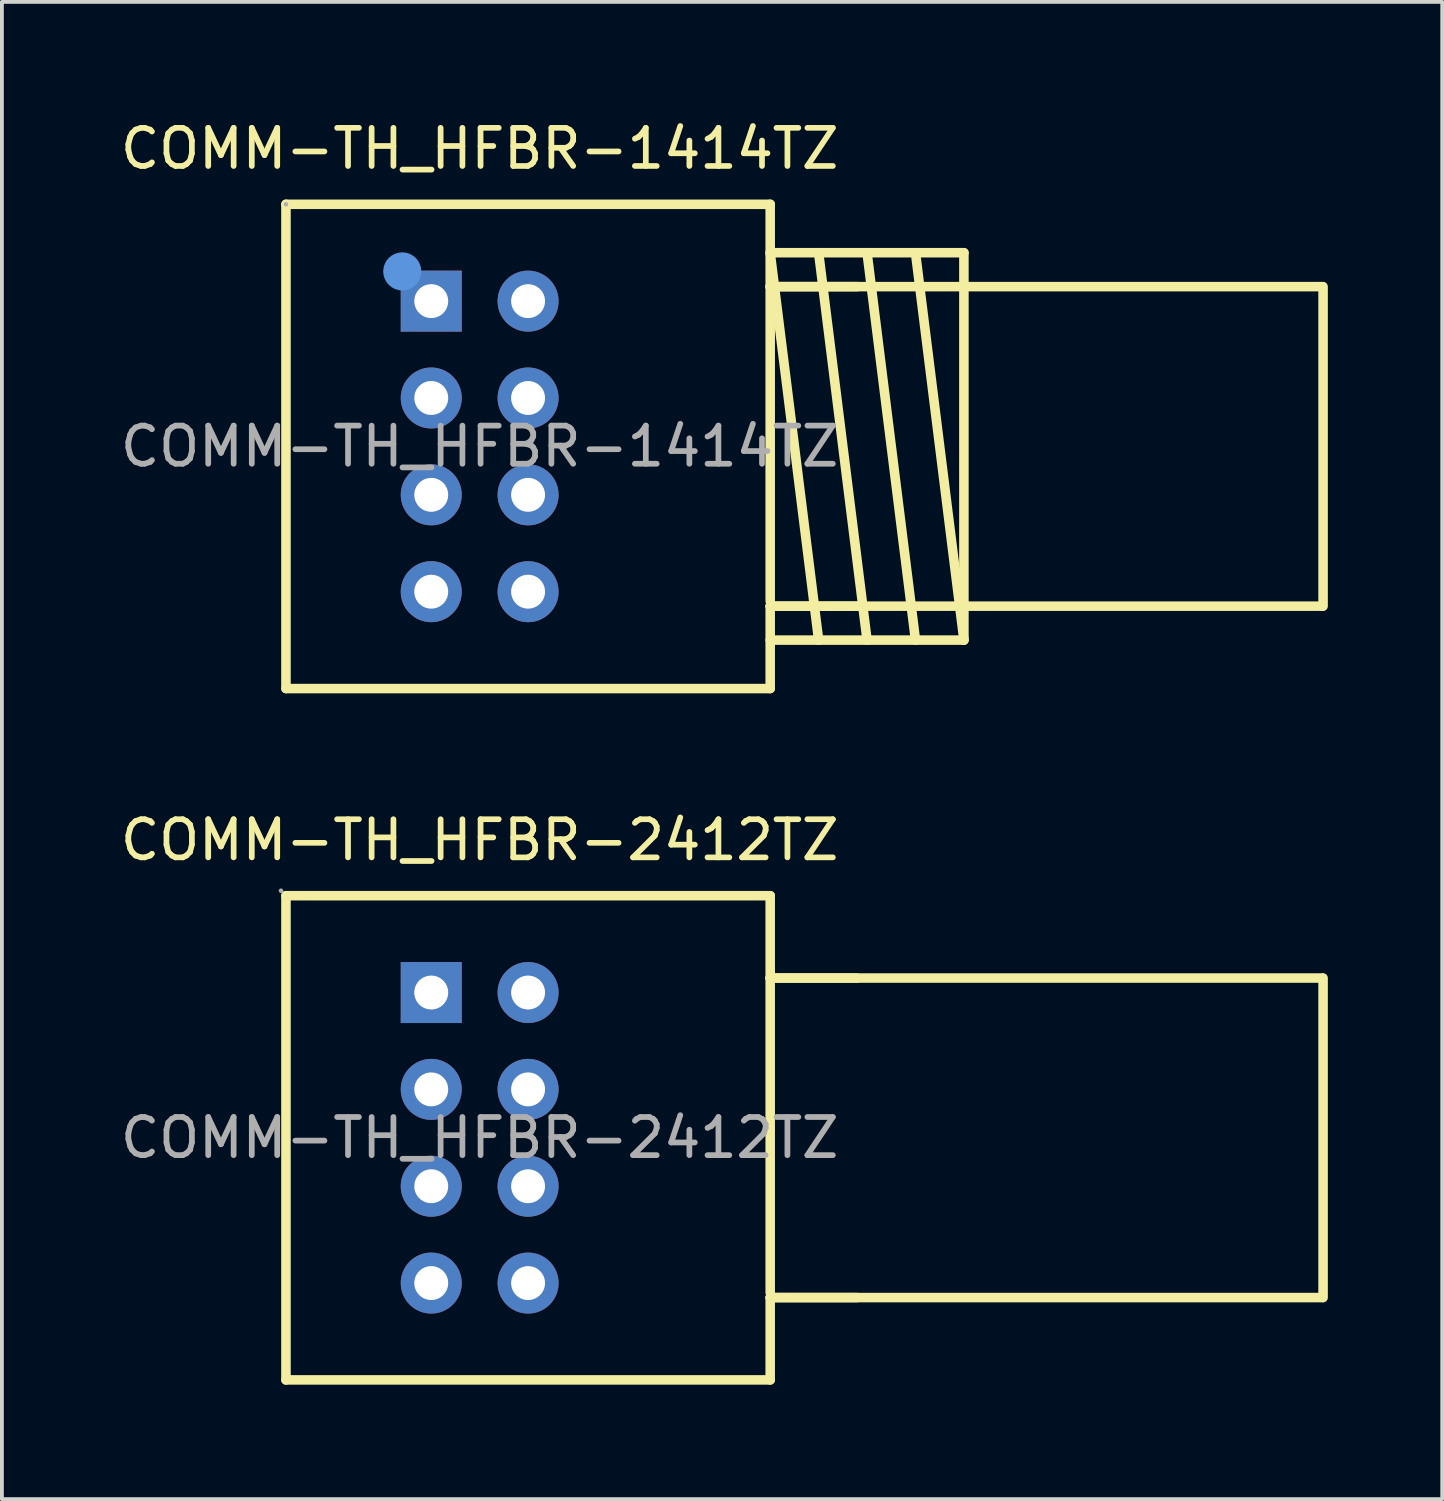
<source format=kicad_pcb>
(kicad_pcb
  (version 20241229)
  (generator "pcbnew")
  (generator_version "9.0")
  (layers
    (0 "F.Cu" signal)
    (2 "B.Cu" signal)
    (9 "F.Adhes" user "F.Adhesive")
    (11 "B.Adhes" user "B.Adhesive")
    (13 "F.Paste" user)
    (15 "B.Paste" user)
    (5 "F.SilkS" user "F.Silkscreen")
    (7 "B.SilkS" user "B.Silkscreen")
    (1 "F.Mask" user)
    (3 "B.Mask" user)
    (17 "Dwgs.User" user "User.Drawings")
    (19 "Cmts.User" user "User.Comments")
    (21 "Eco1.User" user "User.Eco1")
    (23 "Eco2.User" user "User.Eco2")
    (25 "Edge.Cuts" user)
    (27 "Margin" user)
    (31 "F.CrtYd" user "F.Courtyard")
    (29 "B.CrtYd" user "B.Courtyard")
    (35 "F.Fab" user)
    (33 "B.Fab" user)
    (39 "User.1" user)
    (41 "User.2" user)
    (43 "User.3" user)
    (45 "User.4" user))
  (footprint "COMM-TH_HFBR-2412TZ"
    (layer "F.Cu")
    (at 9.53 26.791)
    (property "Reference" "COMM-TH_HFBR-2412TZ" (at 0 -7.81 0) (layer "F.SilkS") (effects (font (size 1 1) (thickness 0.15))))
    (attr through_hole)
    (fp_line (start -5.08 -6.35) (end 7.62 -6.35) (stroke (width 0.25) (type solid)) (layer "F.SilkS"))
    (fp_line (start -5.08 6.35) (end -5.08 -6.35) (stroke (width 0.25) (type solid)) (layer "F.SilkS"))
    (fp_line (start 7.62 -6.35) (end 7.62 -4.19) (stroke (width 0.25) (type solid)) (layer "F.SilkS"))
    (fp_line (start 7.62 -4.19) (end 7.62 4.06) (stroke (width 0.25) (type solid)) (layer "F.SilkS"))
    (fp_line (start 7.62 -4.19) (end 9.9 -4.19) (stroke (width 0.25) (type solid)) (layer "F.SilkS"))
    (fp_line (start 7.62 4.19) (end 7.62 6.35) (stroke (width 0.25) (type solid)) (layer "F.SilkS"))
    (fp_line (start 7.62 4.19) (end 9.9 4.19) (stroke (width 0.25) (type solid)) (layer "F.SilkS"))
    (fp_line (start 7.62 6.35) (end -5.08 6.35) (stroke (width 0.25) (type solid)) (layer "F.SilkS"))
    (fp_line (start 22.1 -4.19) (end 7.62 -4.19) (stroke (width 0.25) (type solid)) (layer "F.SilkS"))
    (fp_line (start 22.1 4.19) (end 7.62 4.19) (stroke (width 0.25) (type solid)) (layer "F.SilkS"))
    (fp_line (start 22.12 4.19) (end 22.12 -4.19) (stroke (width 0.25) (type solid)) (layer "F.SilkS"))
    (fp_circle (center -5.21 -6.48) (end -5.18 -6.48) (stroke (width 0.06) (type solid)) (fill no) (layer "F.Fab"))
    (fp_circle (center -1.27 -3.81) (end -1.1 -3.81) (stroke (width 0.34) (type solid)) (fill no) (layer "F.Fab"))
    (fp_circle (center -1.27 -1.27) (end -1.1 -1.27) (stroke (width 0.34) (type solid)) (fill no) (layer "F.Fab"))
    (fp_circle (center -1.27 1.27) (end -1.1 1.27) (stroke (width 0.34) (type solid)) (fill no) (layer "F.Fab"))
    (fp_circle (center -1.27 3.81) (end -1.1 3.81) (stroke (width 0.34) (type solid)) (fill no) (layer "F.Fab"))
    (fp_circle (center 1.27 -3.81) (end 1.44 -3.81) (stroke (width 0.34) (type solid)) (fill no) (layer "F.Fab"))
    (fp_circle (center 1.27 -1.27) (end 1.44 -1.27) (stroke (width 0.34) (type solid)) (fill no) (layer "F.Fab"))
    (fp_circle (center 1.27 1.27) (end 1.44 1.27) (stroke (width 0.34) (type solid)) (fill no) (layer "F.Fab"))
    (fp_circle (center 1.27 3.81) (end 1.44 3.81) (stroke (width 0.34) (type solid)) (fill no) (layer "F.Fab"))
    (fp_text user "${REFERENCE}" (at 0 0 0) (layer "F.Fab") (effects (font (size 1 1) (thickness 0.15))))
    (pad "1" thru_hole rect (at -1.27 -3.81) (size 1.6 1.6) (drill 0.889) (layers "*.Cu" "*.Paste" "*.Mask"))
    (pad "2" thru_hole circle (at -1.27 -1.27) (size 1.6 1.6) (drill 0.889) (layers "*.Cu" "*.Paste" "*.Mask"))
    (pad "3" thru_hole circle (at -1.27 1.27) (size 1.6 1.6) (drill 0.889) (layers "*.Cu" "*.Paste" "*.Mask"))
    (pad "4" thru_hole circle (at -1.27 3.81) (size 1.6 1.6) (drill 0.889) (layers "*.Cu" "*.Paste" "*.Mask"))
    (pad "5" thru_hole circle (at 1.27 3.81) (size 1.6 1.6) (drill 0.889) (layers "*.Cu" "*.Paste" "*.Mask"))
    (pad "6" thru_hole circle (at 1.27 1.27) (size 1.6 1.6) (drill 0.889) (layers "*.Cu" "*.Paste" "*.Mask"))
    (pad "7" thru_hole circle (at 1.27 -1.27) (size 1.6 1.6) (drill 0.889) (layers "*.Cu" "*.Paste" "*.Mask"))
    (pad "8" thru_hole circle (at 1.27 -3.81) (size 1.6 1.6) (drill 0.889) (layers "*.Cu" "*.Paste" "*.Mask")))
  (footprint "COMM-TH_HFBR-1414TZ"
    (layer "F.Cu")
    (at 9.53 8.658)
    (property "Reference" "COMM-TH_HFBR-1414TZ" (at 0 -7.81 0) (layer "F.SilkS") (effects (font (size 1 1) (thickness 0.15))))
    (attr through_hole)
    (fp_line (start -5.08 -6.35) (end 7.62 -6.35) (stroke (width 0.25) (type solid)) (layer "F.SilkS"))
    (fp_line (start -5.08 6.35) (end -5.08 -6.35) (stroke (width 0.25) (type solid)) (layer "F.SilkS"))
    (fp_line (start 7.62 -6.35) (end 7.62 -4.19) (stroke (width 0.25) (type solid)) (layer "F.SilkS"))
    (fp_line (start 7.62 -5.08) (end 8.89 5.08) (stroke (width 0.25) (type solid)) (layer "F.SilkS"))
    (fp_line (start 7.62 -4.19) (end 7.62 4.06) (stroke (width 0.25) (type solid)) (layer "F.SilkS"))
    (fp_line (start 7.62 -4.19) (end 9.91 -4.19) (stroke (width 0.25) (type solid)) (layer "F.SilkS"))
    (fp_line (start 7.62 4.19) (end 7.62 6.35) (stroke (width 0.25) (type solid)) (layer "F.SilkS"))
    (fp_line (start 7.62 4.19) (end 9.91 4.19) (stroke (width 0.25) (type solid)) (layer "F.SilkS"))
    (fp_line (start 7.62 6.35) (end -5.08 6.35) (stroke (width 0.25) (type solid)) (layer "F.SilkS"))
    (fp_line (start 8.89 -5.08) (end 10.16 5.08) (stroke (width 0.25) (type solid)) (layer "F.SilkS"))
    (fp_line (start 10.16 -5.08) (end 11.43 5.08) (stroke (width 0.25) (type solid)) (layer "F.SilkS"))
    (fp_line (start 11.43 -5.08) (end 12.7 5.08) (stroke (width 0.25) (type solid)) (layer "F.SilkS"))
    (fp_line (start 12.7 -5.08) (end 7.62 -5.08) (stroke (width 0.25) (type solid)) (layer "F.SilkS"))
    (fp_line (start 12.7 -5.08) (end 12.7 5.08) (stroke (width 0.25) (type solid)) (layer "F.SilkS"))
    (fp_line (start 12.7 5.08) (end 7.62 5.08) (stroke (width 0.25) (type solid)) (layer "F.SilkS"))
    (fp_line (start 22.1 -4.19) (end 7.62 -4.19) (stroke (width 0.25) (type solid)) (layer "F.SilkS"))
    (fp_line (start 22.1 4.19) (end 7.62 4.19) (stroke (width 0.25) (type solid)) (layer "F.SilkS"))
    (fp_line (start 22.12 4.19) (end 22.12 -4.19) (stroke (width 0.25) (type solid)) (layer "F.SilkS"))
    (fp_circle (center -2.03 -4.59) (end -1.78 -4.59) (stroke (width 0.5) (type solid)) (fill no) (layer "Cmts.User"))
    (fp_circle (center -5.08 -6.35) (end -5.05 -6.35) (stroke (width 0.06) (type solid)) (fill no) (layer "F.Fab"))
    (fp_text user "${REFERENCE}" (at 0 0 0) (layer "F.Fab") (effects (font (size 1 1) (thickness 0.15))))
    (pad "1" thru_hole rect (at -1.27 -3.81) (size 1.6 1.6) (drill 0.889) (layers "*.Cu" "*.Paste" "*.Mask"))
    (pad "2" thru_hole circle (at -1.27 -1.27) (size 1.6 1.6) (drill 0.889) (layers "*.Cu" "*.Paste" "*.Mask"))
    (pad "3" thru_hole circle (at -1.27 1.27) (size 1.6 1.6) (drill 0.889) (layers "*.Cu" "*.Paste" "*.Mask"))
    (pad "4" thru_hole circle (at -1.27 3.81) (size 1.6 1.6) (drill 0.889) (layers "*.Cu" "*.Paste" "*.Mask"))
    (pad "5" thru_hole circle (at 1.27 3.81) (size 1.6 1.6) (drill 0.889) (layers "*.Cu" "*.Paste" "*.Mask"))
    (pad "6" thru_hole circle (at 1.27 1.27) (size 1.6 1.6) (drill 0.889) (layers "*.Cu" "*.Paste" "*.Mask"))
    (pad "7" thru_hole circle (at 1.27 -1.27) (size 1.6 1.6) (drill 0.889) (layers "*.Cu" "*.Paste" "*.Mask"))
    (pad "8" thru_hole circle (at 1.27 -3.81) (size 1.6 1.6) (drill 0.889) (layers "*.Cu" "*.Paste" "*.Mask")))
  (gr_rect
    (start -3 -3)
    (end 34.775 36.267)
    (stroke (width 0.1) (type default))
    (fill no)
    (layer "Edge.Cuts")))
</source>
